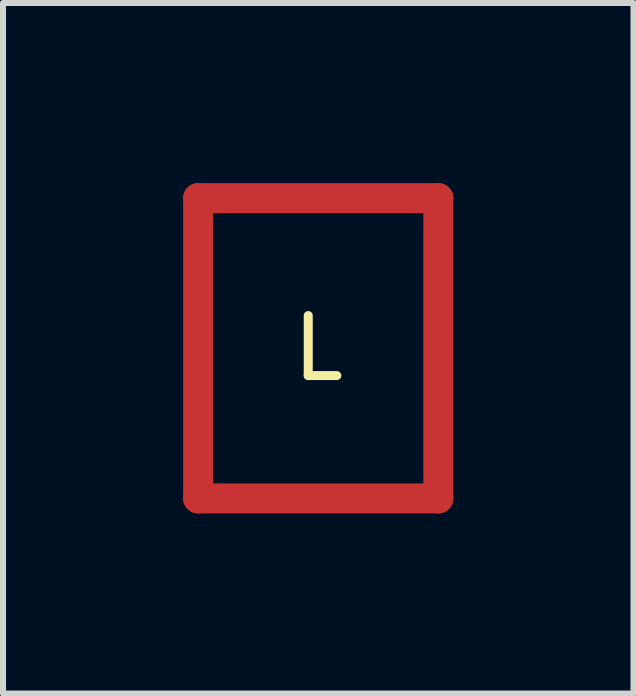
<source format=kicad_pcb>
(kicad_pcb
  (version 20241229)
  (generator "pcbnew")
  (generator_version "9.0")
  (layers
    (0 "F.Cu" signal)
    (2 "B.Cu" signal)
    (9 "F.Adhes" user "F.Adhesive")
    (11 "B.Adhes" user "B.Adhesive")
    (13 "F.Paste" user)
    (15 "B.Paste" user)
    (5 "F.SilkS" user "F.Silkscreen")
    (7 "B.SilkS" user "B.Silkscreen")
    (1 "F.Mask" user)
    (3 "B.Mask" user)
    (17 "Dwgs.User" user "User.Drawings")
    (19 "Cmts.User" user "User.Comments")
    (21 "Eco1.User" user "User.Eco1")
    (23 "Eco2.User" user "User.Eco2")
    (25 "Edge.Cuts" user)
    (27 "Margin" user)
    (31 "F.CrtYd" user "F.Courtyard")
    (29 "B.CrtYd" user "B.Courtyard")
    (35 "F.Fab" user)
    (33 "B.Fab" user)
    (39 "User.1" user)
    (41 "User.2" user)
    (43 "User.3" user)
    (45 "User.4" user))
  (footprint "L"
    (layer "F.Cu")
    (at 2.25 2.75)
    (property "Reference" "L" (at 0 0 0) (layer "F.SilkS") (effects (font (size 1 1) (thickness 0.15))))
    (attr exclude_from_pos_files exclude_from_bom)
    (fp_line (start -2 -2.5) (end 2 -2.5) (stroke (width 0.5) (type solid)) (layer "F.Cu"))
    (fp_line (start -2 2.5) (end -2 -2.5) (stroke (width 0.5) (type solid)) (layer "F.Cu"))
    (fp_line (start -2 2.5) (end 2 2.5) (stroke (width 0.5) (type solid)) (layer "F.Cu"))
    (fp_line (start 2 2.5) (end 2 -2.5) (stroke (width 0.5) (type solid)) (layer "F.Cu")))
  (gr_rect
    (start -3 -3)
    (end 7.5 8.5)
    (stroke (width 0.1) (type default))
    (fill no)
    (layer "Edge.Cuts")))
</source>
